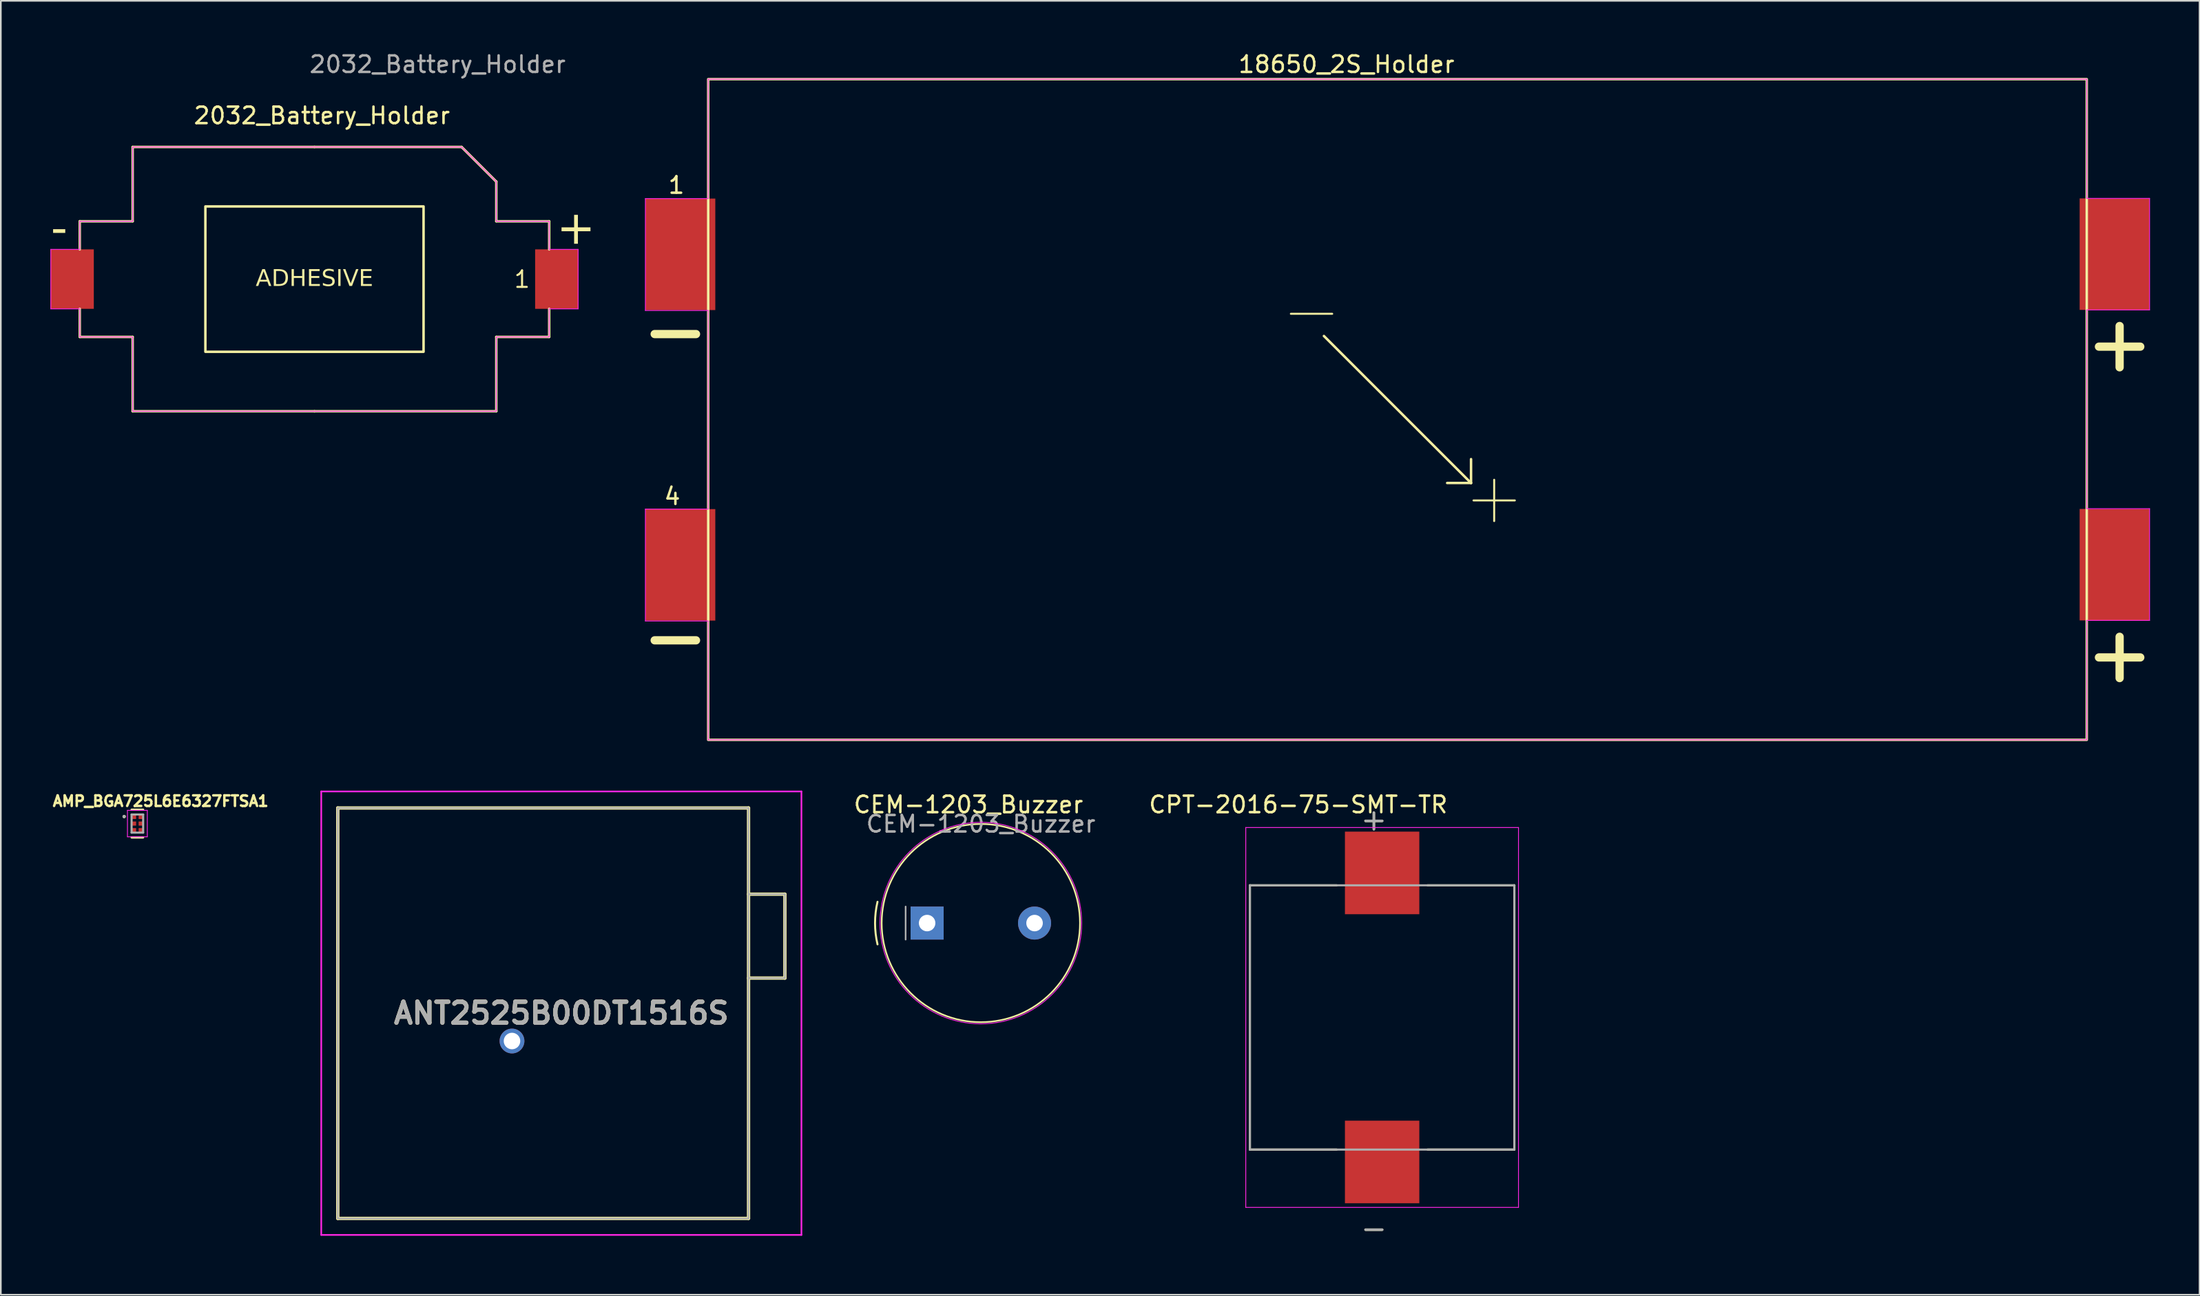
<source format=kicad_pcb>
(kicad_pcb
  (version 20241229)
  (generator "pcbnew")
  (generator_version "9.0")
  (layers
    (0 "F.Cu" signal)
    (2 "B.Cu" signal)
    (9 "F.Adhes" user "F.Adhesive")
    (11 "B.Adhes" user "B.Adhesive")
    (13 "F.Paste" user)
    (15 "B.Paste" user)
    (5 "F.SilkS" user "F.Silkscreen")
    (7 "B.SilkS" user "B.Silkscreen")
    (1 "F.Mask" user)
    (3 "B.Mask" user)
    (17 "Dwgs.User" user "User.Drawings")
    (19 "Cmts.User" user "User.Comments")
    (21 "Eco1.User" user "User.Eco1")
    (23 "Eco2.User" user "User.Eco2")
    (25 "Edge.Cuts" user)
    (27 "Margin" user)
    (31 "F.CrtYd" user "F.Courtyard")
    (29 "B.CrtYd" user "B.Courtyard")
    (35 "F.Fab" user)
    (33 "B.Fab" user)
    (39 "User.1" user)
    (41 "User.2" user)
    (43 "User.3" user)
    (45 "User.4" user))
  (footprint "CPT-2016-75-SMT-TR"
    (layer "F.Cu")
    (at 80.566 58.551)
    (property "Reference" "CPT-2016-75-SMT-TR" (at -5.075 -12.885 0) (layer "F.SilkS") (effects (font (size 1 1) (thickness 0.15))))
    (attr smd)
    (fp_line (start -8 -8) (end -8 8) (stroke (width 0.127) (type solid)) (layer "F.SilkS"))
    (fp_line (start -8 8) (end -2.75 8) (stroke (width 0.127) (type solid)) (layer "F.SilkS"))
    (fp_line (start -2.75 -8) (end -8 -8) (stroke (width 0.127) (type solid)) (layer "F.SilkS"))
    (fp_line (start 2.75 -8) (end 8 -8) (stroke (width 0.127) (type solid)) (layer "F.SilkS"))
    (fp_line (start 8 -8) (end 8 8) (stroke (width 0.127) (type solid)) (layer "F.SilkS"))
    (fp_line (start 8 8) (end 2.75 8) (stroke (width 0.127) (type solid)) (layer "F.SilkS"))
    (fp_line (start -8.25 -11.5) (end 8.25 -11.5) (stroke (width 0.05) (type solid)) (layer "F.CrtYd"))
    (fp_line (start -8.25 11.5) (end -8.25 -11.5) (stroke (width 0.05) (type solid)) (layer "F.CrtYd"))
    (fp_line (start 8.25 -11.5) (end 8.25 11.5) (stroke (width 0.05) (type solid)) (layer "F.CrtYd"))
    (fp_line (start 8.25 11.5) (end -8.25 11.5) (stroke (width 0.05) (type solid)) (layer "F.CrtYd"))
    (fp_line (start -8 -8) (end 8 -8) (stroke (width 0.127) (type solid)) (layer "F.Fab"))
    (fp_line (start -8 8) (end -8 -8) (stroke (width 0.127) (type solid)) (layer "F.Fab"))
    (fp_line (start 8 -8) (end 8 8) (stroke (width 0.127) (type solid)) (layer "F.Fab"))
    (fp_line (start 8 8) (end -8 8) (stroke (width 0.127) (type solid)) (layer "F.Fab"))
    (fp_text user "-" (at -0.5 12.75 0) (layer "F.SilkS") (effects (font (size 1.32 1.32) (thickness 0.15))))
    (fp_text user "+" (at -0.5 -12 0) (layer "F.SilkS") (effects (font (size 1.32 1.32) (thickness 0.15))))
    (fp_text user "+" (at -0.5 -12 0) (layer "F.Fab") (effects (font (size 1.32 1.32) (thickness 0.15))))
    (fp_text user "-" (at -0.5 12.75 0) (layer "F.Fab") (effects (font (size 1.32 1.32) (thickness 0.15))))
    (pad "N" smd rect (at 0 8.75) (size 4.5 5) (layers "F.Cu" "F.Mask" "F.Paste"))
    (pad "P" smd rect (at 0 -8.75) (size 4.5 5) (layers "F.Cu" "F.Mask" "F.Paste")))
  (footprint "ANT2525B00DT1516S"
    (layer "F.Cu")
    (at 27.925 59.978)
    (property "Reference" "ANT2525B00DT1516S" (at 2.985 -1.685 0) (layer "F.SilkS") (effects (font (size 1.27 1.27) (thickness 0.254))))
    (attr through_hole)
    (fp_line (start -10.54 -14.11) (end 14.31 -14.11) (stroke (width 0.2) (type solid)) (layer "F.SilkS"))
    (fp_line (start -10.54 10.74) (end -10.54 -14.11) (stroke (width 0.2) (type solid)) (layer "F.SilkS"))
    (fp_line (start 14.31 -14.11) (end 14.31 10.74) (stroke (width 0.2) (type solid)) (layer "F.SilkS"))
    (fp_line (start 14.31 -8.89) (end 16.51 -8.89) (stroke (width 0.2) (type solid)) (layer "F.SilkS"))
    (fp_line (start 14.31 10.74) (end -10.54 10.74) (stroke (width 0.2) (type solid)) (layer "F.SilkS"))
    (fp_line (start 16.51 -8.89) (end 16.51 -3.81) (stroke (width 0.2) (type solid)) (layer "F.SilkS"))
    (fp_line (start 16.51 -3.81) (end 14.31 -3.81) (stroke (width 0.2) (type solid)) (layer "F.SilkS"))
    (fp_line (start -11.54 -15.11) (end 17.51 -15.11) (stroke (width 0.1) (type solid)) (layer "F.CrtYd"))
    (fp_line (start -11.54 11.74) (end -11.54 -15.11) (stroke (width 0.1) (type solid)) (layer "F.CrtYd"))
    (fp_line (start 17.51 -15.11) (end 17.51 11.74) (stroke (width 0.1) (type solid)) (layer "F.CrtYd"))
    (fp_line (start 17.51 11.74) (end -11.54 11.74) (stroke (width 0.1) (type solid)) (layer "F.CrtYd"))
    (fp_line (start -10.54 -14.11) (end 14.31 -14.11) (stroke (width 0.1) (type solid)) (layer "F.Fab"))
    (fp_line (start -10.54 10.74) (end -10.54 -14.11) (stroke (width 0.1) (type solid)) (layer "F.Fab"))
    (fp_line (start 14.31 -14.11) (end 14.31 10.74) (stroke (width 0.1) (type solid)) (layer "F.Fab"))
    (fp_line (start 14.31 -8.89) (end 16.51 -8.89) (stroke (width 0.1) (type solid)) (layer "F.Fab"))
    (fp_line (start 14.31 10.74) (end -10.54 10.74) (stroke (width 0.1) (type solid)) (layer "F.Fab"))
    (fp_line (start 16.51 -8.89) (end 16.51 -3.81) (stroke (width 0.1) (type solid)) (layer "F.Fab"))
    (fp_line (start 16.51 -3.81) (end 14.31 -3.81) (stroke (width 0.1) (type solid)) (layer "F.Fab"))
    (fp_text user "${REFERENCE}" (at 2.985 -1.685 0) (layer "F.Fab") (effects (font (size 1.27 1.27) (thickness 0.254))))
    (pad "1" thru_hole circle (at 0 0) (size 1.5 1.5) (drill 1) (layers "*.Cu" "*.Mask")))
  (footprint "18650_2S_Holder"
    (layer "F.Cu")
    (at 81.495 21.748)
    (property "Reference" "18650_2S_Holder" (at -3.085 -20.9 0) (layer "F.SilkS") (effects (font (size 1 1) (thickness 0.15))))
    (attr smd)
    (fp_line (start -44.938 -4.572) (end -42.438 -4.572) (stroke (width 0.5) (type solid)) (layer "F.SilkS"))
    (fp_line (start -44.938 13.97) (end -42.438 13.97) (stroke (width 0.5) (type solid)) (layer "F.SilkS"))
    (fp_line (start -6.45 -5.8) (end -3.95 -5.8) (stroke (width 0.12) (type solid)) (layer "F.SilkS"))
    (fp_line (start 4.45 4.445) (end -4.45 -4.455) (stroke (width 0.15) (type default)) (layer "F.SilkS"))
    (fp_line (start 4.45 4.445) (end 3.005 4.445) (stroke (width 0.15) (type default)) (layer "F.SilkS"))
    (fp_line (start 4.45 4.445) (end 4.45 3) (stroke (width 0.15) (type default)) (layer "F.SilkS"))
    (fp_line (start 4.6 5.5) (end 7.1 5.5) (stroke (width 0.12) (type solid)) (layer "F.SilkS"))
    (fp_line (start 5.85 6.75) (end 5.85 4.25) (stroke (width 0.12) (type solid)) (layer "F.SilkS"))
    (fp_line (start 42.438 -3.81) (end 44.938 -3.81) (stroke (width 0.5) (type solid)) (layer "F.SilkS"))
    (fp_line (start 42.438 15.006) (end 44.938 15.006) (stroke (width 0.5) (type solid)) (layer "F.SilkS"))
    (fp_line (start 43.688 -2.56) (end 43.688 -5.06) (stroke (width 0.5) (type solid)) (layer "F.SilkS"))
    (fp_line (start 43.688 16.256) (end 43.688 13.756) (stroke (width 0.5) (type solid)) (layer "F.SilkS"))
    (fp_rect (start -41.7 -20.005) (end 41.7 19.995) (stroke (width 0.15) (type default)) (fill no) (layer "F.SilkS"))
    (fp_line (start -45.5 -12.775) (end -41.7 -12.775) (stroke (width 0.05) (type default)) (layer "F.CrtYd"))
    (fp_line (start -45.5 -6) (end -45.5 -12.775) (stroke (width 0.05) (type default)) (layer "F.CrtYd"))
    (fp_line (start -45.5 6.025) (end -41.7 6.025) (stroke (width 0.05) (type default)) (layer "F.CrtYd"))
    (fp_line (start -45.5 12.8) (end -45.5 6.025) (stroke (width 0.05) (type default)) (layer "F.CrtYd"))
    (fp_line (start -41.7 -20.005) (end 41.7 -20.005) (stroke (width 0.05) (type default)) (layer "F.CrtYd"))
    (fp_line (start -41.7 -12.775) (end -41.7 -20.005) (stroke (width 0.05) (type default)) (layer "F.CrtYd"))
    (fp_line (start -41.7 -6) (end -45.5 -6) (stroke (width 0.05) (type default)) (layer "F.CrtYd"))
    (fp_line (start -41.7 6.025) (end -41.7 -6) (stroke (width 0.05) (type default)) (layer "F.CrtYd"))
    (fp_line (start -41.7 12.8) (end -45.5 12.8) (stroke (width 0.05) (type default)) (layer "F.CrtYd"))
    (fp_line (start -41.7 19.995) (end -41.7 12.8) (stroke (width 0.05) (type default)) (layer "F.CrtYd"))
    (fp_line (start 41.7 -20.005) (end 41.7 -12.8) (stroke (width 0.05) (type default)) (layer "F.CrtYd"))
    (fp_line (start 41.7 -12.785) (end 45.5 -12.785) (stroke (width 0.05) (type default)) (layer "F.CrtYd"))
    (fp_line (start 41.7 -6.035) (end 41.7 6) (stroke (width 0.05) (type default)) (layer "F.CrtYd"))
    (fp_line (start 41.7 6) (end 45.5 6) (stroke (width 0.05) (type default)) (layer "F.CrtYd"))
    (fp_line (start 41.7 12.765) (end 41.7 19.995) (stroke (width 0.05) (type default)) (layer "F.CrtYd"))
    (fp_line (start 41.7 19.995) (end -41.7 19.995) (stroke (width 0.05) (type default)) (layer "F.CrtYd"))
    (fp_line (start 45.5 -12.785) (end 45.5 -6.035) (stroke (width 0.05) (type default)) (layer "F.CrtYd"))
    (fp_line (start 45.5 -6.035) (end 41.7 -6.035) (stroke (width 0.05) (type default)) (layer "F.CrtYd"))
    (fp_line (start 45.5 6) (end 45.5 12.765) (stroke (width 0.05) (type default)) (layer "F.CrtYd"))
    (fp_line (start 45.5 12.765) (end 41.7 12.765) (stroke (width 0.05) (type default)) (layer "F.CrtYd"))
    (fp_text user "1" (at -44.2 -13 0) (unlocked yes) (layer "F.SilkS") (effects (font (size 1 1) (thickness 0.15)) (justify left bottom)))
    (fp_text user "4" (at -44.45 5.842 0) (unlocked yes) (layer "F.SilkS") (effects (font (size 1 1) (thickness 0.15)) (justify left bottom)))
    (pad "1" smd rect (at 43.385 -9.41) (size 4.23 6.75) (layers "F.Cu" "F.Mask" "F.Paste"))
    (pad "2" smd rect (at -43.385 -9.4) (size 4.23 6.75) (layers "F.Cu" "F.Mask" "F.Paste"))
    (pad "3" smd rect (at 43.385 9.39) (size 4.23 6.75) (layers "F.Cu" "F.Mask" "F.Paste"))
    (pad "4" smd rect (at -43.385 9.4) (size 4.23 6.75) (layers "F.Cu" "F.Mask" "F.Paste")))
  (footprint "CEM-1203_Buzzer"
    (layer "F.Cu")
    (at 56.289 52.837)
    (property "Reference" "CEM-1203_Buzzer" (at -0.75 -7.17 0) (layer "F.SilkS") (effects (font (size 1 1) (thickness 0.15))))
    (attr through_hole)
    (fp_arc (start -6.250932 1.289281) (mid -6.4 0) (end -6.250932 -1.289282) (stroke (width 0.12) (type solid)) (layer "F.SilkS"))
    (fp_circle (center 0 0) (end 6 0) (stroke (width 0.1) (type default)) (fill no) (layer "F.SilkS"))
    (fp_circle (center 0 0) (end 6.1 0) (stroke (width 0.05) (type default)) (fill no) (layer "F.CrtYd"))
    (fp_line (start -4.55 -1) (end -4.55 1) (stroke (width 0.1) (type solid)) (layer "F.Fab"))
    (fp_text user "${REFERENCE}" (at 0 -6 0) (layer "F.Fab") (effects (font (size 1 1) (thickness 0.15))))
    (pad "1" thru_hole rect (at -3.25 0) (size 2 2) (drill 1) (layers "*.Cu" "*.Mask"))
    (pad "2" thru_hole circle (at 3.25 0) (size 2 2) (drill 1) (layers "*.Cu" "*.Mask")))
  (footprint "2032_Battery_Holder"
    (layer "F.Cu")
    (at 15.975 13.848)
    (property "Reference" "2032_Battery_Holder" (at 0.45 -9.9 0) (layer "F.SilkS") (effects (font (size 1 1) (thickness 0.15))))
    (attr smd)
    (fp_line (start -14.2 -3.5) (end -14.2 -1.8) (stroke (width 0.15) (type solid)) (layer "F.SilkS"))
    (fp_line (start -14.2 3.5) (end -14.2 1.8) (stroke (width 0.15) (type solid)) (layer "F.SilkS"))
    (fp_line (start -11 -8) (end -11 -3.5) (stroke (width 0.15) (type default)) (layer "F.SilkS"))
    (fp_line (start -11 -3.5) (end -14.2 -3.5) (stroke (width 0.15) (type default)) (layer "F.SilkS"))
    (fp_line (start -11 3.5) (end -14.2 3.5) (stroke (width 0.15) (type default)) (layer "F.SilkS"))
    (fp_line (start -11 8) (end -11 3.5) (stroke (width 0.15) (type default)) (layer "F.SilkS"))
    (fp_line (start 0 -8) (end -11 -8) (stroke (width 0.15) (type default)) (layer "F.SilkS"))
    (fp_line (start 0 -8) (end 8.9 -8) (stroke (width 0.15) (type default)) (layer "F.SilkS"))
    (fp_line (start 0 8) (end -11 8) (stroke (width 0.15) (type default)) (layer "F.SilkS"))
    (fp_line (start 0 8) (end 11 8) (stroke (width 0.15) (type default)) (layer "F.SilkS"))
    (fp_line (start 8.9 -8) (end 11 -5.9) (stroke (width 0.15) (type default)) (layer "F.SilkS"))
    (fp_line (start 11 -5.9) (end 11 -3.5) (stroke (width 0.15) (type default)) (layer "F.SilkS"))
    (fp_line (start 11 -3.5) (end 14.2 -3.5) (stroke (width 0.15) (type default)) (layer "F.SilkS"))
    (fp_line (start 11 3.5) (end 14.2 3.5) (stroke (width 0.15) (type default)) (layer "F.SilkS"))
    (fp_line (start 11 8) (end 11 3.5) (stroke (width 0.15) (type default)) (layer "F.SilkS"))
    (fp_line (start 14.2 -3.5) (end 14.2 -1.8) (stroke (width 0.15) (type solid)) (layer "F.SilkS"))
    (fp_line (start 14.2 3.5) (end 14.2 1.8) (stroke (width 0.15) (type solid)) (layer "F.SilkS"))
    (fp_rect (start -6.6 -4.4) (end 6.6 4.4) (stroke (width 0.15) (type default)) (fill no) (layer "F.SilkS"))
    (fp_line (start -15.95 -1.8) (end -14.2 -1.8) (stroke (width 0.05) (type default)) (layer "F.CrtYd"))
    (fp_line (start -15.95 1.8) (end -15.95 -1.8) (stroke (width 0.05) (type default)) (layer "F.CrtYd"))
    (fp_line (start -14.2 -3.5) (end -11 -3.5) (stroke (width 0.05) (type default)) (layer "F.CrtYd"))
    (fp_line (start -14.2 -1.8) (end -14.2 -3.5) (stroke (width 0.05) (type default)) (layer "F.CrtYd"))
    (fp_line (start -14.2 1.8) (end -15.95 1.8) (stroke (width 0.05) (type default)) (layer "F.CrtYd"))
    (fp_line (start -14.2 3.5) (end -14.2 1.8) (stroke (width 0.05) (type default)) (layer "F.CrtYd"))
    (fp_line (start -11 -8) (end 8.9 -8) (stroke (width 0.05) (type default)) (layer "F.CrtYd"))
    (fp_line (start -11 -3.5) (end -11 -8) (stroke (width 0.05) (type default)) (layer "F.CrtYd"))
    (fp_line (start -11 3.5) (end -14.2 3.5) (stroke (width 0.05) (type default)) (layer "F.CrtYd"))
    (fp_line (start -11 8) (end -11 3.5) (stroke (width 0.05) (type default)) (layer "F.CrtYd"))
    (fp_line (start 8.9 -8) (end 11 -5.9) (stroke (width 0.05) (type default)) (layer "F.CrtYd"))
    (fp_line (start 11 -5.9) (end 11 -3.5) (stroke (width 0.05) (type default)) (layer "F.CrtYd"))
    (fp_line (start 11 -3.5) (end 14.2 -3.5) (stroke (width 0.05) (type default)) (layer "F.CrtYd"))
    (fp_line (start 11 3.5) (end 11 8) (stroke (width 0.05) (type default)) (layer "F.CrtYd"))
    (fp_line (start 11 8) (end -11 8) (stroke (width 0.05) (type default)) (layer "F.CrtYd"))
    (fp_line (start 14.2 -3.5) (end 14.2 -1.8) (stroke (width 0.05) (type default)) (layer "F.CrtYd"))
    (fp_line (start 14.2 -1.8) (end 15.95 -1.8) (stroke (width 0.05) (type default)) (layer "F.CrtYd"))
    (fp_line (start 14.2 1.8) (end 14.2 3.5) (stroke (width 0.05) (type default)) (layer "F.CrtYd"))
    (fp_line (start 14.2 3.5) (end 11 3.5) (stroke (width 0.05) (type default)) (layer "F.CrtYd"))
    (fp_line (start 15.95 -1.8) (end 15.95 1.8) (stroke (width 0.05) (type default)) (layer "F.CrtYd"))
    (fp_line (start 15.95 1.8) (end 14.2 1.8) (stroke (width 0.05) (type default)) (layer "F.CrtYd"))
    (fp_text user "-" (at -15.95 -1.8 0) (unlocked yes) (layer "F.SilkS") (effects (font (face "Minecraft") (size 2 2) (thickness 0.1)) (justify left bottom)))
    (fp_text user "1" (at 12 0.6 0) (unlocked yes) (layer "F.SilkS") (effects (font (size 1 1) (thickness 0.125)) (justify left bottom)))
    (fp_text user "+" (at 14.65 -1.8 0) (unlocked yes) (layer "F.SilkS") (effects (font (face "Minecraft") (size 2 2) (thickness 0.1)) (justify left bottom)))
    (fp_text user "ADHESIVE" (at 0 0 0) (unlocked yes) (layer "F.SilkS") (effects (font (face "Minecraft") (size 1 1) (thickness 0.1))))
    (fp_text user "${REFERENCE}" (at 7.45 -13 0) (layer "F.Fab") (effects (font (size 1 1) (thickness 0.15))))
    (pad "1" smd rect (at 14.65 0) (size 2.6 3.6) (layers "F.Cu" "F.Mask" "F.Paste"))
    (pad "2" smd rect (at -14.65 0) (size 2.6 3.6) (layers "F.Cu" "F.Mask" "F.Paste")))
  (footprint "AMP_BGA725L6E6327FTSA1"
    (layer "F.Cu")
    (at 5.261 46.812)
    (property "Reference" "AMP_BGA725L6E6327FTSA1" (at 1.407 -1.356 0) (layer "F.SilkS") (effects (font (size 0.64 0.64) (thickness 0.15))))
    (attr smd)
    (fp_line (start -0.35 0.845) (end 0.35 0.845) (stroke (width 0.127) (type solid)) (layer "F.SilkS"))
    (fp_line (start 0.35 -0.845) (end -0.35 -0.845) (stroke (width 0.127) (type solid)) (layer "F.SilkS"))
    (fp_circle (center -0.8 -0.425) (end -0.75 -0.425) (stroke (width 0.1) (type solid)) (fill no) (layer "F.SilkS"))
    (fp_circle (center 0.2 -0.4) (end 0.263 -0.4) (stroke (width 0.125) (type solid)) (fill no) (layer "F.Paste"))
    (fp_line (start -0.6 -0.8) (end -0.6 0.8) (stroke (width 0.05) (type solid)) (layer "F.CrtYd"))
    (fp_line (start -0.6 0.8) (end 0.6 0.8) (stroke (width 0.05) (type solid)) (layer "F.CrtYd"))
    (fp_line (start 0.6 -0.8) (end -0.6 -0.8) (stroke (width 0.05) (type solid)) (layer "F.CrtYd"))
    (fp_line (start 0.6 0.8) (end 0.6 -0.8) (stroke (width 0.05) (type solid)) (layer "F.CrtYd"))
    (fp_line (start -0.35 -0.55) (end -0.35 0.55) (stroke (width 0.127) (type solid)) (layer "F.Fab"))
    (fp_line (start -0.35 0.55) (end 0.35 0.55) (stroke (width 0.127) (type solid)) (layer "F.Fab"))
    (fp_line (start 0.35 -0.55) (end -0.35 -0.55) (stroke (width 0.127) (type solid)) (layer "F.Fab"))
    (fp_line (start 0.35 0.55) (end 0.35 -0.55) (stroke (width 0.127) (type solid)) (layer "F.Fab"))
    (fp_circle (center -0.8 -0.425) (end -0.75 -0.425) (stroke (width 0.1) (type solid)) (fill no) (layer "F.Fab"))
    (pad "1" smd rect (at -0.2 -0.4) (size 0.25 0.25) (layers "F.Cu" "F.Mask" "F.Paste"))
    (pad "2" smd rect (at -0.2 0) (size 0.25 0.25) (layers "F.Cu" "F.Mask" "F.Paste"))
    (pad "3" smd rect (at -0.2 0.4) (size 0.25 0.25) (layers "F.Cu" "F.Mask" "F.Paste"))
    (pad "4" smd rect (at 0.2 0.4) (size 0.25 0.25) (layers "F.Cu" "F.Mask" "F.Paste"))
    (pad "5" smd rect (at 0.2 0) (size 0.25 0.25) (layers "F.Cu" "F.Mask" "F.Paste"))
    (pad "6" smd rect (at 0.2 -0.4) (size 0.25 0.25) (layers "F.Cu" "F.Mask" "F.Paste")))
  (gr_rect
    (start -3 -3)
    (end 130.02 75.337)
    (stroke (width 0.1) (type default))
    (fill no)
    (layer "Edge.Cuts")))
</source>
